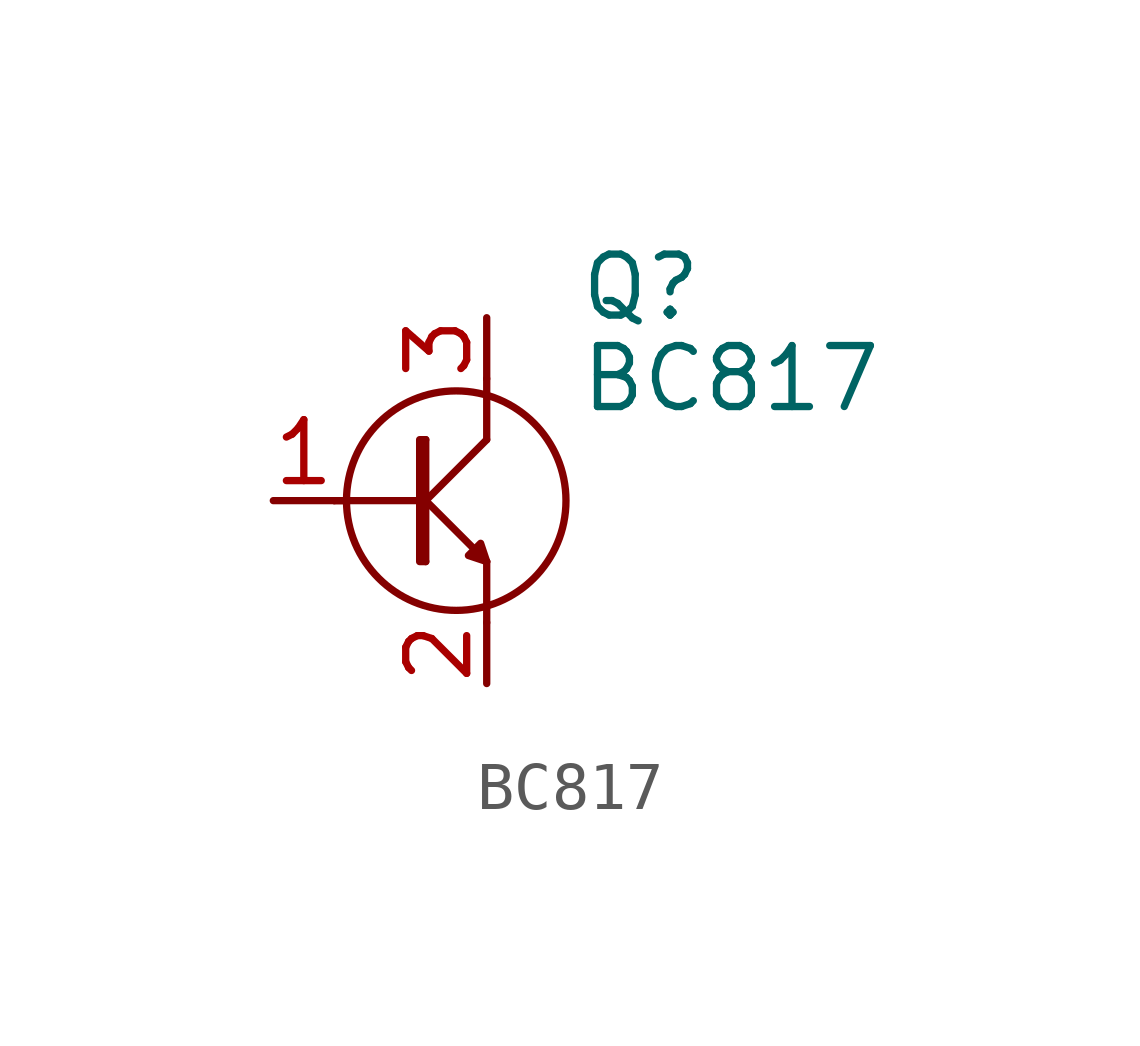
<source format=kicad_sym>
(kicad_symbol_lib
  (version 20211014)
  (generator kicad_symbol_editor)
  (symbol "BC817"
    (pin_names
      (offset 1.016))
    (property "Reference" "Q"
      (at 2.54 4.445 0)
      (effects (font (size 1.27 1.27)) (justify left)))
    (property "Value" "BC817"
      (at 2.54 2.54 0)
      (effects (font (size 1.27 1.27)) (justify left)))
    (symbol "BC817_0_1"
      (polyline (pts (xy -2.54 0) (xy -0.635 0)) (stroke (width 0) (type default) (color 0 0 0 0)) (fill (type none)))
      (polyline (pts (xy -0.635 0) (xy 0.635 -1.27)) (stroke (width 0) (type default) (color 0 0 0 0)) (fill (type none)))
      (polyline (pts (xy -0.635 0) (xy 0.635 1.27)) (stroke (width 0) (type default) (color 0 0 0 0)) (fill (type none)))
      (polyline (pts (xy -0.635 1.27) (xy -0.635 -1.27)) (stroke (width 0) (type default) (color 0 0 0 0)) (fill (type none)))
      (polyline (pts (xy 0.635 -1.27) (xy 0.635 -2.54)) (stroke (width 0) (type default) (color 0 0 0 0)) (fill (type none)))
      (polyline (pts (xy 0.635 1.27) (xy 0.635 2.54)) (stroke (width 0) (type default) (color 0 0 0 0)) (fill (type none)))
      (polyline (pts (xy -0.635 1.27) (xy -0.762 1.27) (xy -0.762 -1.27) (xy -0.635 -1.27)) (stroke (width 0) (type default) (color 0 0 0 0)) (fill (type none)))
      (polyline (pts (xy 0.635 -1.27) (xy 0.508 -0.889) (xy 0.254 -1.143) (xy 0.635 -1.27)) (stroke (width 0) (type default) (color 0 0 0 0)) (fill (type none)))
      (circle (center 0 0) (radius 2.286) (stroke (width 0) (type default) (color 0 0 0 0)) (fill (type none))))
    (symbol "BC817_1_1"
      (polyline (pts (xy -2.286 0) (xy -2.54 0)) (stroke (width 0) (type default) (color 0 0 0 0)) (fill (type none)))
      (pin passive line (at -3.81 0 0) (length 1.27) (name "~" (effects (font (size 1.27 1.27)))) (number "1" (effects (font (size 1.27 1.27)))))
      (pin passive line (at 0.635 -3.81 90) (length 1.27) (name "~" (effects (font (size 1.27 1.27)))) (number "2" (effects (font (size 1.27 1.27)))))
      (pin passive line (at 0.635 3.81 270) (length 1.27) (name "~" (effects (font (size 1.27 1.27)))) (number "3" (effects (font (size 1.27 1.27))))))))
</source>
